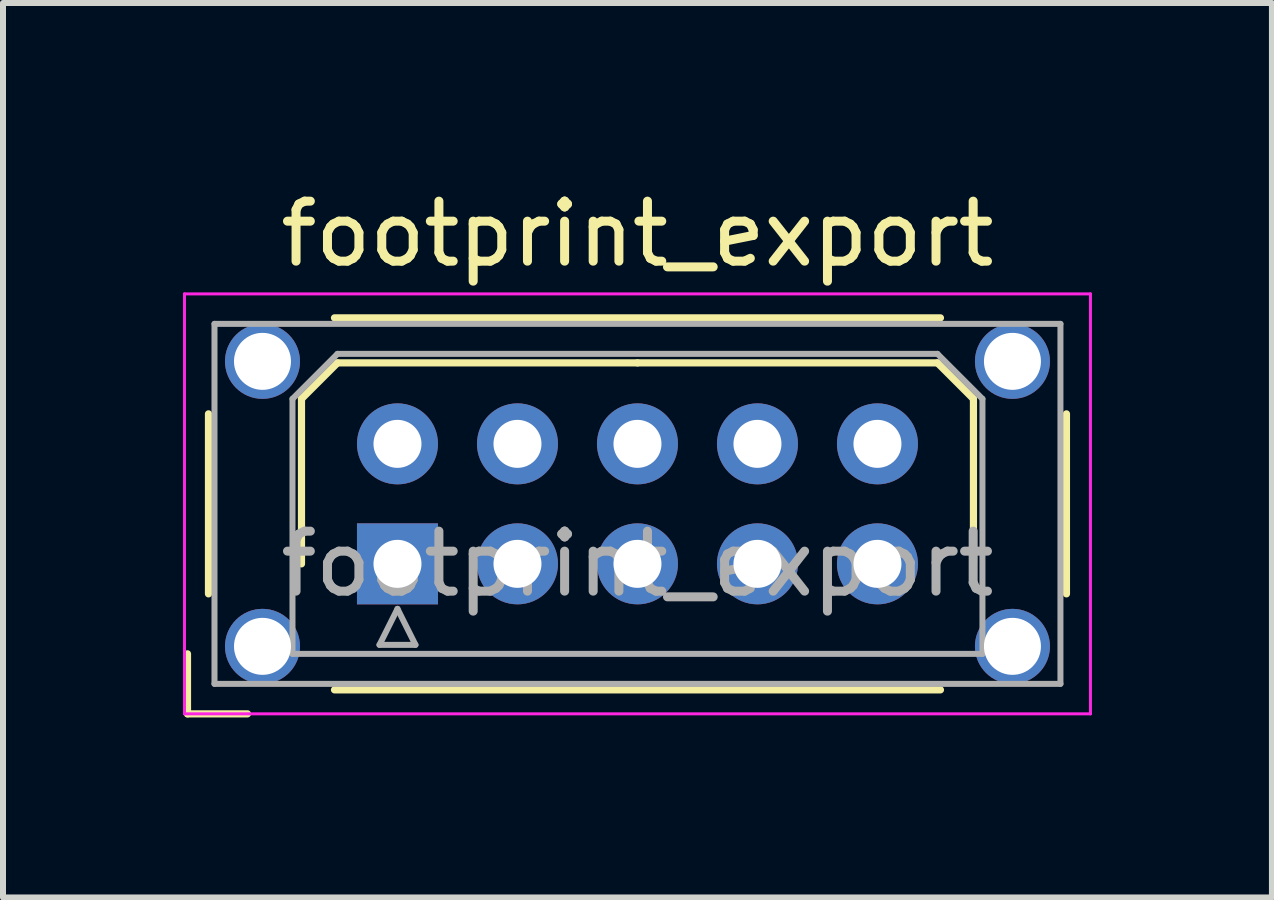
<source format=kicad_pcb>
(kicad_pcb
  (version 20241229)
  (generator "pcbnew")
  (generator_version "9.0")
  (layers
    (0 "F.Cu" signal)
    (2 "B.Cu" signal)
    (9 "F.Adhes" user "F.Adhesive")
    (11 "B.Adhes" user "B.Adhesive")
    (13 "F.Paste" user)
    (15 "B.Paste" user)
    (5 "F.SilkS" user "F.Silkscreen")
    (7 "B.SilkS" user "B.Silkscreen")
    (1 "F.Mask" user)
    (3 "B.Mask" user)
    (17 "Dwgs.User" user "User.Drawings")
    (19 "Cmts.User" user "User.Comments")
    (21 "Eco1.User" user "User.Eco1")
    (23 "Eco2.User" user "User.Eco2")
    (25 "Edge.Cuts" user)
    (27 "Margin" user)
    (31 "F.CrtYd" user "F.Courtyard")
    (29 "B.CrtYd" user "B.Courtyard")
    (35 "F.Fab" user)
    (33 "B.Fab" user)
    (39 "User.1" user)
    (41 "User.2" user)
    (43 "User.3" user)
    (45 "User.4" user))
  (footprint "footprint_export"
    (layer "F.Cu")
    (at 3.575 6.348)
    (property "Reference" "footprint_export" (at 4 -5.5 0) (layer "F.SilkS") (effects (font (size 1 1) (thickness 0.15))))
    (attr through_hole)
    (fp_line (start -3.5 1.5) (end -3.5 2.5) (stroke (width 0.12) (type solid)) (layer "F.SilkS"))
    (fp_line (start -3.5 2.5) (end -2.5 2.5) (stroke (width 0.12) (type solid)) (layer "F.SilkS"))
    (fp_line (start -3.15 -2.5) (end -3.15 0.5) (stroke (width 0.12) (type solid)) (layer "F.SilkS"))
    (fp_line (start -1.6 -2.75) (end -1 -3.35) (stroke (width 0.12) (type solid)) (layer "F.SilkS"))
    (fp_line (start -1.6 0) (end -1.6 -2.75) (stroke (width 0.12) (type solid)) (layer "F.SilkS"))
    (fp_line (start -1.05 -4.1) (end 9.05 -4.1) (stroke (width 0.12) (type solid)) (layer "F.SilkS"))
    (fp_line (start -1.05 2.1) (end 9.05 2.1) (stroke (width 0.12) (type solid)) (layer "F.SilkS"))
    (fp_line (start -1 -3.35) (end 4 -3.35) (stroke (width 0.12) (type solid)) (layer "F.SilkS"))
    (fp_line (start 9 -3.35) (end 4 -3.35) (stroke (width 0.12) (type solid)) (layer "F.SilkS"))
    (fp_line (start 9.6 -2.75) (end 9 -3.35) (stroke (width 0.12) (type solid)) (layer "F.SilkS"))
    (fp_line (start 9.6 0) (end 9.6 -2.75) (stroke (width 0.12) (type solid)) (layer "F.SilkS"))
    (fp_line (start 11.15 -2.5) (end 11.15 0.5) (stroke (width 0.12) (type solid)) (layer "F.SilkS"))
    (fp_line (start -3.55 -4.5) (end -3.55 2.5) (stroke (width 0.05) (type solid)) (layer "F.CrtYd"))
    (fp_line (start -3.55 2.5) (end 11.55 2.5) (stroke (width 0.05) (type solid)) (layer "F.CrtYd"))
    (fp_line (start 11.55 -4.5) (end -3.55 -4.5) (stroke (width 0.05) (type solid)) (layer "F.CrtYd"))
    (fp_line (start 11.55 2.5) (end 11.55 -4.5) (stroke (width 0.05) (type solid)) (layer "F.CrtYd"))
    (fp_line (start -3.05 -4) (end -3.05 2) (stroke (width 0.1) (type solid)) (layer "F.Fab"))
    (fp_line (start -3.05 2) (end 11.05 2) (stroke (width 0.1) (type solid)) (layer "F.Fab"))
    (fp_line (start -1.75 -2.75) (end -1 -3.5) (stroke (width 0.1) (type solid)) (layer "F.Fab"))
    (fp_line (start -1.75 1.5) (end -1.75 -2.75) (stroke (width 0.1) (type solid)) (layer "F.Fab"))
    (fp_line (start -1 -3.5) (end 9 -3.5) (stroke (width 0.1) (type solid)) (layer "F.Fab"))
    (fp_line (start -0.3 1.35) (end 0.3 1.35) (stroke (width 0.1) (type solid)) (layer "F.Fab"))
    (fp_line (start 0 0.75) (end -0.3 1.35) (stroke (width 0.1) (type solid)) (layer "F.Fab"))
    (fp_line (start 0.3 1.35) (end 0 0.75) (stroke (width 0.1) (type solid)) (layer "F.Fab"))
    (fp_line (start 9 -3.5) (end 9.75 -2.75) (stroke (width 0.1) (type solid)) (layer "F.Fab"))
    (fp_line (start 9.75 -2.75) (end 9.75 1.5) (stroke (width 0.1) (type solid)) (layer "F.Fab"))
    (fp_line (start 9.75 1.5) (end -1.75 1.5) (stroke (width 0.1) (type solid)) (layer "F.Fab"))
    (fp_line (start 11.05 -4) (end -3.05 -4) (stroke (width 0.1) (type solid)) (layer "F.Fab"))
    (fp_line (start 11.05 2) (end 11.05 -4) (stroke (width 0.1) (type solid)) (layer "F.Fab"))
    (fp_text user "${REFERENCE}" (at 4 0 0) (layer "F.Fab") (effects (font (size 1 1) (thickness 0.15))))
    (pad "" thru_hole circle (at -2.25 -3.375) (size 1.25 1.25) (drill 0.95) (layers "*.Cu" "*.Mask"))
    (pad "" thru_hole circle (at -2.25 1.375) (size 1.25 1.25) (drill 0.95) (layers "*.Cu" "*.Mask"))
    (pad "" thru_hole circle (at 10.25 -3.375) (size 1.25 1.25) (drill 0.95) (layers "*.Cu" "*.Mask"))
    (pad "" thru_hole circle (at 10.25 1.375) (size 1.25 1.25) (drill 0.95) (layers "*.Cu" "*.Mask"))
    (pad "1" thru_hole rect (at 0 0) (size 1.35 1.35) (drill 0.8) (layers "*.Cu" "*.Mask"))
    (pad "2" thru_hole circle (at 0 -2) (size 1.35 1.35) (drill 0.8) (layers "*.Cu" "*.Mask"))
    (pad "3" thru_hole circle (at 2 0) (size 1.35 1.35) (drill 0.8) (layers "*.Cu" "*.Mask"))
    (pad "4" thru_hole circle (at 2 -2) (size 1.35 1.35) (drill 0.8) (layers "*.Cu" "*.Mask"))
    (pad "5" thru_hole circle (at 4 0) (size 1.35 1.35) (drill 0.8) (layers "*.Cu" "*.Mask"))
    (pad "6" thru_hole circle (at 4 -2) (size 1.35 1.35) (drill 0.8) (layers "*.Cu" "*.Mask"))
    (pad "7" thru_hole circle (at 6 0) (size 1.35 1.35) (drill 0.8) (layers "*.Cu" "*.Mask"))
    (pad "8" thru_hole circle (at 6 -2) (size 1.35 1.35) (drill 0.8) (layers "*.Cu" "*.Mask"))
    (pad "9" thru_hole circle (at 8 0) (size 1.35 1.35) (drill 0.8) (layers "*.Cu" "*.Mask"))
    (pad "10" thru_hole circle (at 8 -2) (size 1.35 1.35) (drill 0.8) (layers "*.Cu" "*.Mask")))
  (gr_rect
    (start -3 -3)
    (end 18.15 11.908)
    (stroke (width 0.1) (type default))
    (fill no)
    (layer "Edge.Cuts")))
</source>
